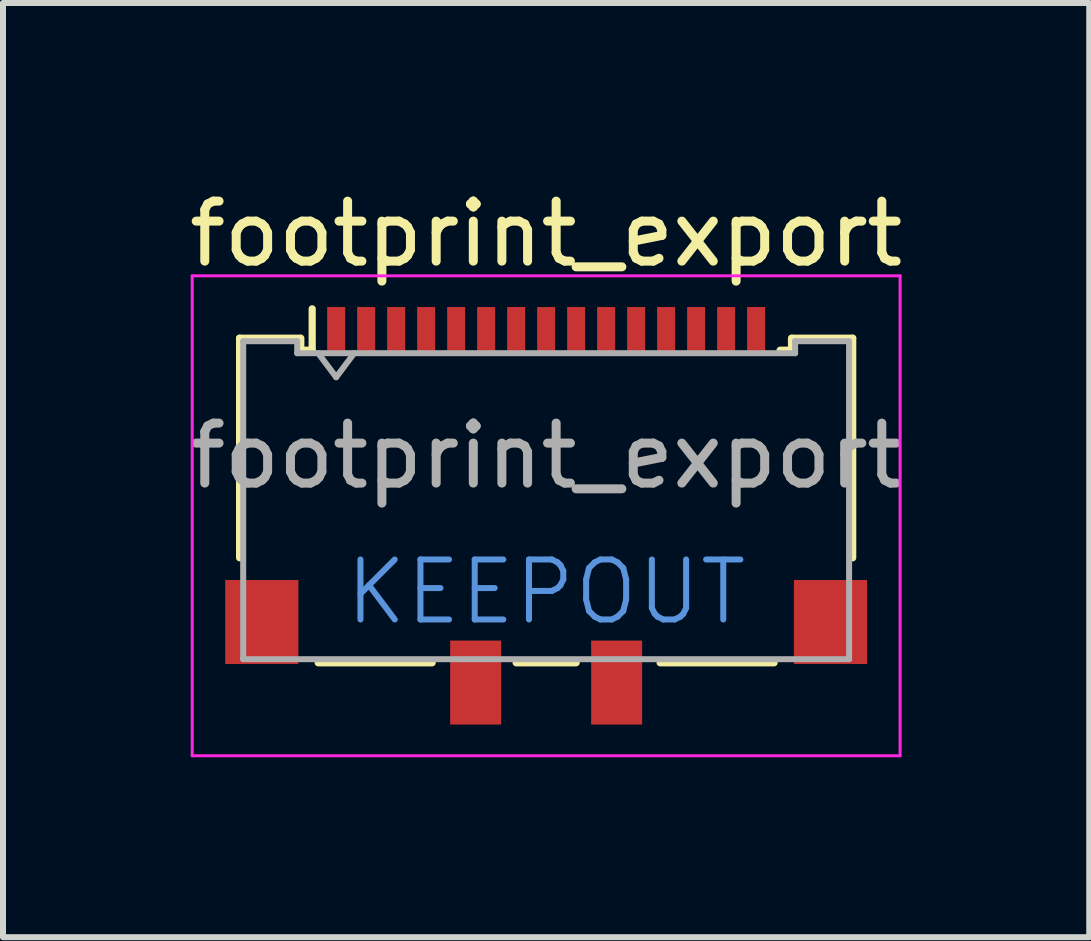
<source format=kicad_pcb>
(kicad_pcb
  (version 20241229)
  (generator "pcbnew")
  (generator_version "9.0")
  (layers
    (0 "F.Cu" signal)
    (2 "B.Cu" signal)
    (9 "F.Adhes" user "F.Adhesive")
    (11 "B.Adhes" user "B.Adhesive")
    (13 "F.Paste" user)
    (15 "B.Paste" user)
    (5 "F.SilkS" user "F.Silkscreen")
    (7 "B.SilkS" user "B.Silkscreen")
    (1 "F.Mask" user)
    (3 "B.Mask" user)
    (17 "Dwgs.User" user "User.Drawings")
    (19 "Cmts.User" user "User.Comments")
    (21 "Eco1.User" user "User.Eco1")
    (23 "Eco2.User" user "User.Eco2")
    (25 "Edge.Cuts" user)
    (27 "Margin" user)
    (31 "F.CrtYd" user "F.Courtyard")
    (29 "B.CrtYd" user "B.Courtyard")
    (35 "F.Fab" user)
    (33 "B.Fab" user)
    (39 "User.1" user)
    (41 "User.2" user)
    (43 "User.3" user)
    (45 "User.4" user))
  (footprint "footprint_export"
    (layer "F.Cu")
    (at 6.054 5.548)
    (property "Reference" "footprint_export" (at 0 -4.7 0) (layer "F.SilkS") (effects (font (size 1 1) (thickness 0.15))))
    (attr smd)
    (fp_line (start -5.11 -2.96) (end -4.1 -2.96) (stroke (width 0.12) (type solid)) (layer "F.SilkS"))
    (fp_line (start -5.11 0.7) (end -5.11 -2.96) (stroke (width 0.12) (type solid)) (layer "F.SilkS"))
    (fp_line (start -4.09 -2.76) (end -4.09 -2.96) (stroke (width 0.12) (type solid)) (layer "F.SilkS"))
    (fp_line (start -4.09 -2.76) (end -3.9 -2.76) (stroke (width 0.12) (type solid)) (layer "F.SilkS"))
    (fp_line (start -3.9 -2.76) (end -3.9 -3.45) (stroke (width 0.12) (type solid)) (layer "F.SilkS"))
    (fp_line (start -3.8 2.45) (end -1.9 2.45) (stroke (width 0.12) (type solid)) (layer "F.SilkS"))
    (fp_line (start -0.5 2.45) (end 0.5 2.45) (stroke (width 0.12) (type solid)) (layer "F.SilkS"))
    (fp_line (start 1.9 2.45) (end 3.8 2.45) (stroke (width 0.12) (type solid)) (layer "F.SilkS"))
    (fp_line (start 4.09 -2.96) (end 4.09 -2.76) (stroke (width 0.12) (type solid)) (layer "F.SilkS"))
    (fp_line (start 4.09 -2.76) (end 3.9 -2.76) (stroke (width 0.12) (type solid)) (layer "F.SilkS"))
    (fp_line (start 4.1 -2.96) (end 5.11 -2.96) (stroke (width 0.12) (type solid)) (layer "F.SilkS"))
    (fp_line (start 5.11 -2.96) (end 5.11 0.7) (stroke (width 0.12) (type solid)) (layer "F.SilkS"))
    (fp_line (start -5.9 -4) (end 5.9 -4) (stroke (width 0.05) (type solid)) (layer "F.CrtYd"))
    (fp_line (start -5.9 4) (end -5.9 -4) (stroke (width 0.05) (type solid)) (layer "F.CrtYd"))
    (fp_line (start 5.9 -4) (end 5.9 4) (stroke (width 0.05) (type solid)) (layer "F.CrtYd"))
    (fp_line (start 5.9 4) (end -5.9 4) (stroke (width 0.05) (type solid)) (layer "F.CrtYd"))
    (fp_line (start -5.05 -2.91) (end -5.05 2.39) (stroke (width 0.1) (type solid)) (layer "F.Fab"))
    (fp_line (start -5.05 2.39) (end 5.05 2.39) (stroke (width 0.1) (type solid)) (layer "F.Fab"))
    (fp_line (start -4.15 -2.91) (end -5.05 -2.91) (stroke (width 0.1) (type solid)) (layer "F.Fab"))
    (fp_line (start -4.15 -2.71) (end -4.15 -2.91) (stroke (width 0.1) (type solid)) (layer "F.Fab"))
    (fp_line (start -3.8 -2.71) (end -3.5 -2.31) (stroke (width 0.1) (type solid)) (layer "F.Fab"))
    (fp_line (start -3.5 -2.31) (end -3.2 -2.71) (stroke (width 0.1) (type solid)) (layer "F.Fab"))
    (fp_line (start 4.15 -2.91) (end 4.15 -2.71) (stroke (width 0.1) (type solid)) (layer "F.Fab"))
    (fp_line (start 4.15 -2.71) (end -4.15 -2.71) (stroke (width 0.1) (type solid)) (layer "F.Fab"))
    (fp_line (start 5.05 -2.91) (end 4.15 -2.91) (stroke (width 0.1) (type solid)) (layer "F.Fab"))
    (fp_line (start 5.05 -2.91) (end 5.05 2.39) (stroke (width 0.1) (type solid)) (layer "F.Fab"))
    (fp_text user "KEEPOUT" (at 0 1.271 0) (layer "Cmts.User") (effects (font (size 1 1) (thickness 0.1))))
    (fp_text user "${REFERENCE}" (at 0 -1 0) (layer "F.Fab") (effects (font (size 1 1) (thickness 0.15))))
    (pad "1" smd rect (at -3.5 -3.08) (size 0.3 0.8) (layers "F.Cu" "F.Mask" "F.Paste"))
    (pad "2" smd rect (at -3 -3.08) (size 0.3 0.8) (layers "F.Cu" "F.Mask" "F.Paste"))
    (pad "3" smd rect (at -2.5 -3.08) (size 0.3 0.8) (layers "F.Cu" "F.Mask" "F.Paste"))
    (pad "4" smd rect (at -2 -3.08) (size 0.3 0.8) (layers "F.Cu" "F.Mask" "F.Paste"))
    (pad "5" smd rect (at -1.5 -3.08) (size 0.3 0.8) (layers "F.Cu" "F.Mask" "F.Paste"))
    (pad "6" smd rect (at -1 -3.08) (size 0.3 0.8) (layers "F.Cu" "F.Mask" "F.Paste"))
    (pad "7" smd rect (at -0.5 -3.08) (size 0.3 0.8) (layers "F.Cu" "F.Mask" "F.Paste"))
    (pad "8" smd rect (at 0 -3.08) (size 0.3 0.8) (layers "F.Cu" "F.Mask" "F.Paste"))
    (pad "9" smd rect (at 0.5 -3.08) (size 0.3 0.8) (layers "F.Cu" "F.Mask" "F.Paste"))
    (pad "10" smd rect (at 1 -3.08) (size 0.3 0.8) (layers "F.Cu" "F.Mask" "F.Paste"))
    (pad "11" smd rect (at 1.5 -3.08) (size 0.3 0.8) (layers "F.Cu" "F.Mask" "F.Paste"))
    (pad "12" smd rect (at 2 -3.08) (size 0.3 0.8) (layers "F.Cu" "F.Mask" "F.Paste"))
    (pad "13" smd rect (at 2.5 -3.08) (size 0.3 0.8) (layers "F.Cu" "F.Mask" "F.Paste"))
    (pad "14" smd rect (at 3 -3.08) (size 0.3 0.8) (layers "F.Cu" "F.Mask" "F.Paste"))
    (pad "15" smd rect (at 3.5 -3.08) (size 0.3 0.8) (layers "F.Cu" "F.Mask" "F.Paste"))
    (pad "MP" smd rect (at -4.74 1.77) (size 1.22 1.4) (layers "F.Cu" "F.Mask" "F.Paste"))
    (pad "MP" smd rect (at -1.175 2.78) (size 0.85 1.4) (layers "F.Cu" "F.Mask" "F.Paste"))
    (pad "MP" smd rect (at 1.175 2.78) (size 0.85 1.4) (layers "F.Cu" "F.Mask" "F.Paste"))
    (pad "MP" smd rect (at 4.74 1.77) (size 1.22 1.4) (layers "F.Cu" "F.Mask" "F.Paste"))
    (zone (net_name "") (layer "F.Cu") (hatch full 0.508) (connect_pads) (min_thickness 0.254) (filled_areas_thickness no) (keepout (tracks not_allowed) (vias not_allowed) (pads not_allowed) (copperpour not_allowed) (footprints not_allowed)) (placement (enabled no)) (fill) (polygon (pts (xy 6.054 8.058) (xy 5.304 8.058) (xy 5.304 7.628) (xy 4.454 7.628) (xy 4.454 8.058) (xy 1.924 8.058) (xy 1.924 5.508) (xy 6.054 5.508))))
    (zone (net_name "") (layer "F.Cu") (hatch full 0.508) (connect_pads) (min_thickness 0.254) (filled_areas_thickness no) (keepout (tracks not_allowed) (vias not_allowed) (pads not_allowed) (copperpour not_allowed) (footprints not_allowed)) (placement (enabled no)) (fill) (polygon (pts (xy 6.054 8.058) (xy 6.804 8.058) (xy 6.804 7.628) (xy 7.654 7.628) (xy 7.654 8.058) (xy 10.184 8.058) (xy 10.184 5.508) (xy 6.054 5.508)))))
  (gr_rect
    (start -3 -3)
    (end 15.107 12.573)
    (stroke (width 0.1) (type default))
    (fill no)
    (layer "Edge.Cuts")))
</source>
